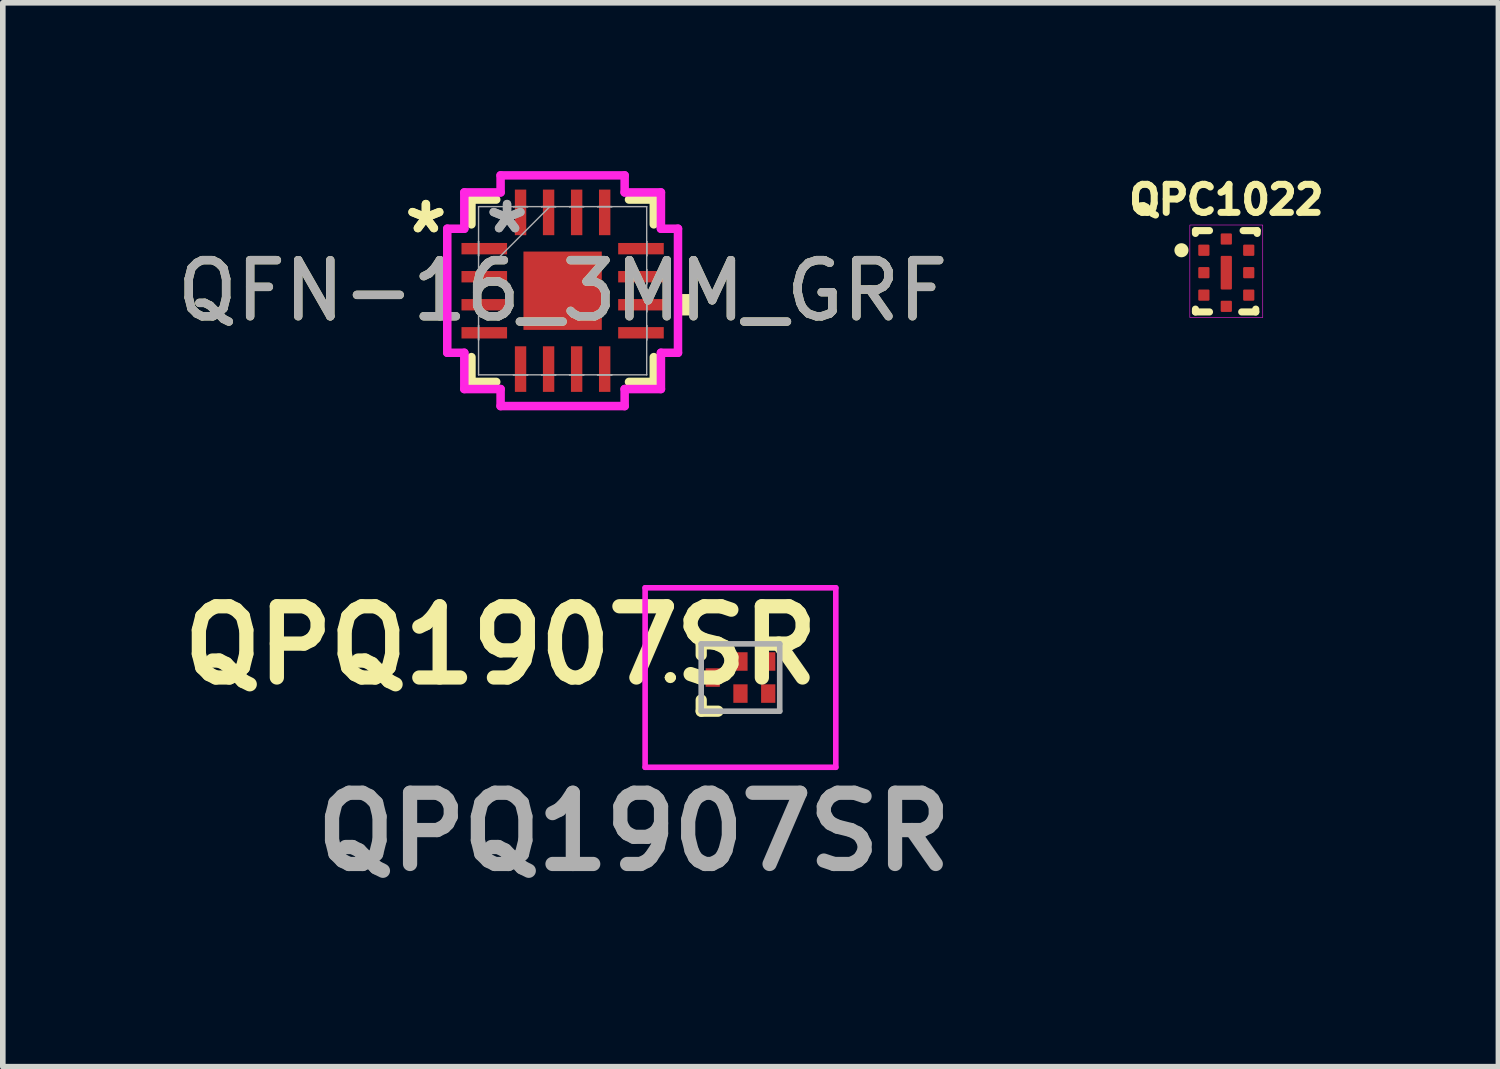
<source format=kicad_pcb>
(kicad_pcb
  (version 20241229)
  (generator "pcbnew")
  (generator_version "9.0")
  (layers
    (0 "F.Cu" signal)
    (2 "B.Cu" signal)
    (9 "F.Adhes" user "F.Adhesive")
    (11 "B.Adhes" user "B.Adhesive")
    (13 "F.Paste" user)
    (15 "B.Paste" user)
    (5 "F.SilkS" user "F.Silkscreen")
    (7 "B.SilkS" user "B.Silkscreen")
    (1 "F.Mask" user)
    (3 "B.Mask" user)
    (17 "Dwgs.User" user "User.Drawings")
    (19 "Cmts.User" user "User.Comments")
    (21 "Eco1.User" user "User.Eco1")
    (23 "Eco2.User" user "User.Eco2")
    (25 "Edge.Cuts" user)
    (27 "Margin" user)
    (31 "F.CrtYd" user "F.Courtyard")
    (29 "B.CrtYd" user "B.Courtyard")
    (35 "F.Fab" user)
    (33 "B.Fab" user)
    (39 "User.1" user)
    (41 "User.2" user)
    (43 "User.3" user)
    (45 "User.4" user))
  (footprint "QFN-16_3MM_GRF"
    (layer "F.Cu")
    (at 6.982 2.134)
    (property "Reference" "QFN-16_3MM_GRF" (at 0 0 0) (unlocked yes) (layer "F.SilkS") (effects (font (size 1 1) (thickness 0.15))))
    (attr smd)
    (fp_line (start -1.626 -1.626) (end -1.626 -1.184) (stroke (width 0.152) (type solid)) (layer "F.SilkS"))
    (fp_line (start -1.626 1.184) (end -1.626 1.626) (stroke (width 0.152) (type solid)) (layer "F.SilkS"))
    (fp_line (start -1.626 1.626) (end -1.184 1.626) (stroke (width 0.152) (type solid)) (layer "F.SilkS"))
    (fp_line (start -1.184 -1.626) (end -1.626 -1.626) (stroke (width 0.152) (type solid)) (layer "F.SilkS"))
    (fp_line (start 1.184 1.626) (end 1.626 1.626) (stroke (width 0.152) (type solid)) (layer "F.SilkS"))
    (fp_line (start 1.626 -1.626) (end 1.184 -1.626) (stroke (width 0.152) (type solid)) (layer "F.SilkS"))
    (fp_line (start 1.626 -1.184) (end 1.626 -1.626) (stroke (width 0.152) (type solid)) (layer "F.SilkS"))
    (fp_line (start 1.626 1.626) (end 1.626 1.184) (stroke (width 0.152) (type solid)) (layer "F.SilkS"))
    (fp_poly (pts (xy 2.311 0.059) (xy 2.311 0.441) (xy 2.057 0.441) (xy 2.057 0.059)) (stroke (width 0) (type solid)) (fill yes) (layer "F.SilkS"))
    (fp_line (start -2.057 -1.106) (end -1.753 -1.106) (stroke (width 0.152) (type solid)) (layer "F.CrtYd"))
    (fp_line (start -2.057 1.106) (end -2.057 -1.106) (stroke (width 0.152) (type solid)) (layer "F.CrtYd"))
    (fp_line (start -1.753 -1.753) (end -1.106 -1.753) (stroke (width 0.152) (type solid)) (layer "F.CrtYd"))
    (fp_line (start -1.753 -1.106) (end -1.753 -1.753) (stroke (width 0.152) (type solid)) (layer "F.CrtYd"))
    (fp_line (start -1.753 1.106) (end -2.057 1.106) (stroke (width 0.152) (type solid)) (layer "F.CrtYd"))
    (fp_line (start -1.753 1.753) (end -1.753 1.106) (stroke (width 0.152) (type solid)) (layer "F.CrtYd"))
    (fp_line (start -1.106 -2.057) (end 1.106 -2.057) (stroke (width 0.152) (type solid)) (layer "F.CrtYd"))
    (fp_line (start -1.106 -1.753) (end -1.106 -2.057) (stroke (width 0.152) (type solid)) (layer "F.CrtYd"))
    (fp_line (start -1.106 1.753) (end -1.753 1.753) (stroke (width 0.152) (type solid)) (layer "F.CrtYd"))
    (fp_line (start -1.106 2.057) (end -1.106 1.753) (stroke (width 0.152) (type solid)) (layer "F.CrtYd"))
    (fp_line (start 1.106 -2.057) (end 1.106 -1.753) (stroke (width 0.152) (type solid)) (layer "F.CrtYd"))
    (fp_line (start 1.106 -1.753) (end 1.753 -1.753) (stroke (width 0.152) (type solid)) (layer "F.CrtYd"))
    (fp_line (start 1.106 1.753) (end 1.106 2.057) (stroke (width 0.152) (type solid)) (layer "F.CrtYd"))
    (fp_line (start 1.106 2.057) (end -1.106 2.057) (stroke (width 0.152) (type solid)) (layer "F.CrtYd"))
    (fp_line (start 1.753 -1.753) (end 1.753 -1.106) (stroke (width 0.152) (type solid)) (layer "F.CrtYd"))
    (fp_line (start 1.753 -1.106) (end 2.057 -1.106) (stroke (width 0.152) (type solid)) (layer "F.CrtYd"))
    (fp_line (start 1.753 1.106) (end 1.753 1.753) (stroke (width 0.152) (type solid)) (layer "F.CrtYd"))
    (fp_line (start 1.753 1.753) (end 1.106 1.753) (stroke (width 0.152) (type solid)) (layer "F.CrtYd"))
    (fp_line (start 2.057 -1.106) (end 2.057 1.106) (stroke (width 0.152) (type solid)) (layer "F.CrtYd"))
    (fp_line (start 2.057 1.106) (end 1.753 1.106) (stroke (width 0.152) (type solid)) (layer "F.CrtYd"))
    (fp_line (start -1.499 -1.499) (end -1.499 -1.499) (stroke (width 0.025) (type solid)) (layer "F.Fab"))
    (fp_line (start -1.499 -1.499) (end -1.499 1.499) (stroke (width 0.025) (type solid)) (layer "F.Fab"))
    (fp_line (start -1.499 -0.877) (end -1.499 -0.877) (stroke (width 0.025) (type solid)) (layer "F.Fab"))
    (fp_line (start -1.499 -0.877) (end -1.499 -0.623) (stroke (width 0.025) (type solid)) (layer "F.Fab"))
    (fp_line (start -1.499 -0.623) (end -1.499 -0.877) (stroke (width 0.025) (type solid)) (layer "F.Fab"))
    (fp_line (start -1.499 -0.623) (end -1.499 -0.623) (stroke (width 0.025) (type solid)) (layer "F.Fab"))
    (fp_line (start -1.499 -0.377) (end -1.499 -0.377) (stroke (width 0.025) (type solid)) (layer "F.Fab"))
    (fp_line (start -1.499 -0.377) (end -1.499 -0.123) (stroke (width 0.025) (type solid)) (layer "F.Fab"))
    (fp_line (start -1.499 -0.229) (end -0.229 -1.499) (stroke (width 0.025) (type solid)) (layer "F.Fab"))
    (fp_line (start -1.499 -0.123) (end -1.499 -0.377) (stroke (width 0.025) (type solid)) (layer "F.Fab"))
    (fp_line (start -1.499 -0.123) (end -1.499 -0.123) (stroke (width 0.025) (type solid)) (layer "F.Fab"))
    (fp_line (start -1.499 0.123) (end -1.499 0.123) (stroke (width 0.025) (type solid)) (layer "F.Fab"))
    (fp_line (start -1.499 0.123) (end -1.499 0.377) (stroke (width 0.025) (type solid)) (layer "F.Fab"))
    (fp_line (start -1.499 0.377) (end -1.499 0.123) (stroke (width 0.025) (type solid)) (layer "F.Fab"))
    (fp_line (start -1.499 0.377) (end -1.499 0.377) (stroke (width 0.025) (type solid)) (layer "F.Fab"))
    (fp_line (start -1.499 0.623) (end -1.499 0.623) (stroke (width 0.025) (type solid)) (layer "F.Fab"))
    (fp_line (start -1.499 0.623) (end -1.499 0.877) (stroke (width 0.025) (type solid)) (layer "F.Fab"))
    (fp_line (start -1.499 0.877) (end -1.499 0.623) (stroke (width 0.025) (type solid)) (layer "F.Fab"))
    (fp_line (start -1.499 0.877) (end -1.499 0.877) (stroke (width 0.025) (type solid)) (layer "F.Fab"))
    (fp_line (start -1.499 1.499) (end -1.499 1.499) (stroke (width 0.025) (type solid)) (layer "F.Fab"))
    (fp_line (start -1.499 1.499) (end 1.499 1.499) (stroke (width 0.025) (type solid)) (layer "F.Fab"))
    (fp_line (start -0.877 -1.499) (end -0.877 -1.499) (stroke (width 0.025) (type solid)) (layer "F.Fab"))
    (fp_line (start -0.877 -1.499) (end -0.623 -1.499) (stroke (width 0.025) (type solid)) (layer "F.Fab"))
    (fp_line (start -0.877 1.499) (end -0.877 1.499) (stroke (width 0.025) (type solid)) (layer "F.Fab"))
    (fp_line (start -0.877 1.499) (end -0.623 1.499) (stroke (width 0.025) (type solid)) (layer "F.Fab"))
    (fp_line (start -0.623 -1.499) (end -0.877 -1.499) (stroke (width 0.025) (type solid)) (layer "F.Fab"))
    (fp_line (start -0.623 -1.499) (end -0.623 -1.499) (stroke (width 0.025) (type solid)) (layer "F.Fab"))
    (fp_line (start -0.623 1.499) (end -0.877 1.499) (stroke (width 0.025) (type solid)) (layer "F.Fab"))
    (fp_line (start -0.623 1.499) (end -0.623 1.499) (stroke (width 0.025) (type solid)) (layer "F.Fab"))
    (fp_line (start -0.377 -1.499) (end -0.377 -1.499) (stroke (width 0.025) (type solid)) (layer "F.Fab"))
    (fp_line (start -0.377 -1.499) (end -0.123 -1.499) (stroke (width 0.025) (type solid)) (layer "F.Fab"))
    (fp_line (start -0.377 1.499) (end -0.377 1.499) (stroke (width 0.025) (type solid)) (layer "F.Fab"))
    (fp_line (start -0.377 1.499) (end -0.123 1.499) (stroke (width 0.025) (type solid)) (layer "F.Fab"))
    (fp_line (start -0.123 -1.499) (end -0.377 -1.499) (stroke (width 0.025) (type solid)) (layer "F.Fab"))
    (fp_line (start -0.123 -1.499) (end -0.123 -1.499) (stroke (width 0.025) (type solid)) (layer "F.Fab"))
    (fp_line (start -0.123 1.499) (end -0.377 1.499) (stroke (width 0.025) (type solid)) (layer "F.Fab"))
    (fp_line (start -0.123 1.499) (end -0.123 1.499) (stroke (width 0.025) (type solid)) (layer "F.Fab"))
    (fp_line (start 0.123 -1.499) (end 0.123 -1.499) (stroke (width 0.025) (type solid)) (layer "F.Fab"))
    (fp_line (start 0.123 -1.499) (end 0.377 -1.499) (stroke (width 0.025) (type solid)) (layer "F.Fab"))
    (fp_line (start 0.123 1.499) (end 0.123 1.499) (stroke (width 0.025) (type solid)) (layer "F.Fab"))
    (fp_line (start 0.123 1.499) (end 0.377 1.499) (stroke (width 0.025) (type solid)) (layer "F.Fab"))
    (fp_line (start 0.377 -1.499) (end 0.123 -1.499) (stroke (width 0.025) (type solid)) (layer "F.Fab"))
    (fp_line (start 0.377 -1.499) (end 0.377 -1.499) (stroke (width 0.025) (type solid)) (layer "F.Fab"))
    (fp_line (start 0.377 1.499) (end 0.123 1.499) (stroke (width 0.025) (type solid)) (layer "F.Fab"))
    (fp_line (start 0.377 1.499) (end 0.377 1.499) (stroke (width 0.025) (type solid)) (layer "F.Fab"))
    (fp_line (start 0.623 -1.499) (end 0.623 -1.499) (stroke (width 0.025) (type solid)) (layer "F.Fab"))
    (fp_line (start 0.623 -1.499) (end 0.877 -1.499) (stroke (width 0.025) (type solid)) (layer "F.Fab"))
    (fp_line (start 0.623 1.499) (end 0.623 1.499) (stroke (width 0.025) (type solid)) (layer "F.Fab"))
    (fp_line (start 0.623 1.499) (end 0.877 1.499) (stroke (width 0.025) (type solid)) (layer "F.Fab"))
    (fp_line (start 0.877 -1.499) (end 0.623 -1.499) (stroke (width 0.025) (type solid)) (layer "F.Fab"))
    (fp_line (start 0.877 -1.499) (end 0.877 -1.499) (stroke (width 0.025) (type solid)) (layer "F.Fab"))
    (fp_line (start 0.877 1.499) (end 0.623 1.499) (stroke (width 0.025) (type solid)) (layer "F.Fab"))
    (fp_line (start 0.877 1.499) (end 0.877 1.499) (stroke (width 0.025) (type solid)) (layer "F.Fab"))
    (fp_line (start 1.499 -1.499) (end -1.499 -1.499) (stroke (width 0.025) (type solid)) (layer "F.Fab"))
    (fp_line (start 1.499 -1.499) (end 1.499 -1.499) (stroke (width 0.025) (type solid)) (layer "F.Fab"))
    (fp_line (start 1.499 -0.877) (end 1.499 -0.877) (stroke (width 0.025) (type solid)) (layer "F.Fab"))
    (fp_line (start 1.499 -0.877) (end 1.499 -0.623) (stroke (width 0.025) (type solid)) (layer "F.Fab"))
    (fp_line (start 1.499 -0.623) (end 1.499 -0.877) (stroke (width 0.025) (type solid)) (layer "F.Fab"))
    (fp_line (start 1.499 -0.623) (end 1.499 -0.623) (stroke (width 0.025) (type solid)) (layer "F.Fab"))
    (fp_line (start 1.499 -0.377) (end 1.499 -0.377) (stroke (width 0.025) (type solid)) (layer "F.Fab"))
    (fp_line (start 1.499 -0.377) (end 1.499 -0.123) (stroke (width 0.025) (type solid)) (layer "F.Fab"))
    (fp_line (start 1.499 -0.123) (end 1.499 -0.377) (stroke (width 0.025) (type solid)) (layer "F.Fab"))
    (fp_line (start 1.499 -0.123) (end 1.499 -0.123) (stroke (width 0.025) (type solid)) (layer "F.Fab"))
    (fp_line (start 1.499 0.123) (end 1.499 0.123) (stroke (width 0.025) (type solid)) (layer "F.Fab"))
    (fp_line (start 1.499 0.123) (end 1.499 0.377) (stroke (width 0.025) (type solid)) (layer "F.Fab"))
    (fp_line (start 1.499 0.377) (end 1.499 0.123) (stroke (width 0.025) (type solid)) (layer "F.Fab"))
    (fp_line (start 1.499 0.377) (end 1.499 0.377) (stroke (width 0.025) (type solid)) (layer "F.Fab"))
    (fp_line (start 1.499 0.623) (end 1.499 0.623) (stroke (width 0.025) (type solid)) (layer "F.Fab"))
    (fp_line (start 1.499 0.623) (end 1.499 0.877) (stroke (width 0.025) (type solid)) (layer "F.Fab"))
    (fp_line (start 1.499 0.877) (end 1.499 0.623) (stroke (width 0.025) (type solid)) (layer "F.Fab"))
    (fp_line (start 1.499 0.877) (end 1.499 0.877) (stroke (width 0.025) (type solid)) (layer "F.Fab"))
    (fp_line (start 1.499 1.499) (end 1.499 -1.499) (stroke (width 0.025) (type solid)) (layer "F.Fab"))
    (fp_line (start 1.499 1.499) (end 1.499 1.499) (stroke (width 0.025) (type solid)) (layer "F.Fab"))
    (fp_text user "*" (at -2.438 -1 0) (unlocked yes) (layer "F.SilkS") (effects (font (size 1 1) (thickness 0.15))))
    (fp_text user "*" (at -2.438 -1 0) (layer "F.SilkS") (effects (font (size 1 1) (thickness 0.15))))
    (fp_text user "${REFERENCE}" (at 0 0 0) (unlocked yes) (layer "F.Fab") (effects (font (size 1 1) (thickness 0.15))))
    (fp_text user "*" (at -0.991 -1 0) (layer "F.Fab") (effects (font (size 1 1) (thickness 0.15))))
    (fp_text user "*" (at -0.991 -1 0) (unlocked yes) (layer "F.Fab") (effects (font (size 1 1) (thickness 0.15))))
    (pad "1" smd rect (at -1.397 -0.75 90) (size 0.203 0.813) (layers "F.Cu" "F.Mask" "F.Paste"))
    (pad "2" smd rect (at -1.397 -0.25 90) (size 0.203 0.813) (layers "F.Cu" "F.Mask" "F.Paste"))
    (pad "3" smd rect (at -1.397 0.25 90) (size 0.203 0.813) (layers "F.Cu" "F.Mask" "F.Paste"))
    (pad "4" smd rect (at -1.397 0.75 90) (size 0.203 0.813) (layers "F.Cu" "F.Mask" "F.Paste"))
    (pad "5" smd rect (at -0.75 1.397) (size 0.203 0.813) (layers "F.Cu" "F.Mask" "F.Paste"))
    (pad "6" smd rect (at -0.25 1.397) (size 0.203 0.813) (layers "F.Cu" "F.Mask" "F.Paste"))
    (pad "7" smd rect (at 0.25 1.397) (size 0.203 0.813) (layers "F.Cu" "F.Mask" "F.Paste"))
    (pad "8" smd rect (at 0.75 1.397) (size 0.203 0.813) (layers "F.Cu" "F.Mask" "F.Paste"))
    (pad "9" smd rect (at 1.397 0.75 90) (size 0.203 0.813) (layers "F.Cu" "F.Mask" "F.Paste"))
    (pad "10" smd rect (at 1.397 0.25 90) (size 0.203 0.813) (layers "F.Cu" "F.Mask" "F.Paste"))
    (pad "11" smd rect (at 1.397 -0.25 90) (size 0.203 0.813) (layers "F.Cu" "F.Mask" "F.Paste"))
    (pad "12" smd rect (at 1.397 -0.75 90) (size 0.203 0.813) (layers "F.Cu" "F.Mask" "F.Paste"))
    (pad "13" smd rect (at 0.75 -1.397) (size 0.203 0.813) (layers "F.Cu" "F.Mask" "F.Paste"))
    (pad "14" smd rect (at 0.25 -1.397) (size 0.203 0.813) (layers "F.Cu" "F.Mask" "F.Paste"))
    (pad "15" smd rect (at -0.25 -1.397) (size 0.203 0.813) (layers "F.Cu" "F.Mask" "F.Paste"))
    (pad "16" smd rect (at -0.75 -1.397) (size 0.203 0.813) (layers "F.Cu" "F.Mask" "F.Paste"))
    (pad "17" smd rect (at 0 0) (size 1.397 1.397) (layers "F.Cu" "F.Mask" "F.Paste")))
  (footprint "QPQ1907SR"
    (layer "F.Cu")
    (at 10.153 9.031)
    (property "Reference" "QPQ1907SR" (at -4.275 -0.575 0) (layer "F.SilkS") (effects (font (size 1.27 1.27) (thickness 0.254))))
    (attr smd)
    (fp_line (start -1.3 0) (end -1.3 0) (stroke (width 0.1) (type solid)) (layer "F.SilkS"))
    (fp_line (start -1.2 0) (end -1.2 0) (stroke (width 0.1) (type solid)) (layer "F.SilkS"))
    (fp_line (start -0.7 -0.6) (end -0.4 -0.6) (stroke (width 0.2) (type solid)) (layer "F.SilkS"))
    (fp_line (start -0.7 -0.4) (end -0.7 -0.6) (stroke (width 0.2) (type solid)) (layer "F.SilkS"))
    (fp_line (start -0.7 0.4) (end -0.7 0.6) (stroke (width 0.2) (type solid)) (layer "F.SilkS"))
    (fp_line (start -0.7 0.6) (end -0.4 0.6) (stroke (width 0.2) (type solid)) (layer "F.SilkS"))
    (fp_arc (start -1.3 0) (mid -1.25 -0.05) (end -1.2 0) (stroke (width 0.1) (type solid)) (layer "F.SilkS"))
    (fp_arc (start -1.2 0) (mid -1.25 0.05) (end -1.3 0) (stroke (width 0.1) (type solid)) (layer "F.SilkS"))
    (fp_line (start -1.7 -1.6) (end 1.7 -1.6) (stroke (width 0.1) (type solid)) (layer "F.CrtYd"))
    (fp_line (start -1.7 1.6) (end -1.7 -1.6) (stroke (width 0.1) (type solid)) (layer "F.CrtYd"))
    (fp_line (start 1.7 -1.6) (end 1.7 1.6) (stroke (width 0.1) (type solid)) (layer "F.CrtYd"))
    (fp_line (start 1.7 1.6) (end -1.7 1.6) (stroke (width 0.1) (type solid)) (layer "F.CrtYd"))
    (fp_line (start -0.7 -0.6) (end -0.7 0.6) (stroke (width 0.1) (type solid)) (layer "F.Fab"))
    (fp_line (start -0.7 0.6) (end 0.7 0.6) (stroke (width 0.1) (type solid)) (layer "F.Fab"))
    (fp_line (start 0.7 -0.6) (end -0.7 -0.6) (stroke (width 0.1) (type solid)) (layer "F.Fab"))
    (fp_line (start 0.7 0.6) (end 0.7 -0.6) (stroke (width 0.1) (type solid)) (layer "F.Fab"))
    (fp_text user "${REFERENCE}" (at -1.9 2.75 0) (layer "F.Fab") (effects (font (size 1.27 1.27) (thickness 0.254))))
    (pad "1" smd rect (at -0.495 0) (size 0.254 0.33) (layers "F.Cu" "F.Mask" "F.Paste"))
    (pad "2" smd rect (at 0 0.286) (size 0.254 0.33) (layers "F.Cu" "F.Mask" "F.Paste"))
    (pad "3" smd rect (at 0.495 0.286) (size 0.254 0.33) (layers "F.Cu" "F.Mask" "F.Paste"))
    (pad "4" smd rect (at 0.495 -0.286) (size 0.254 0.33) (layers "F.Cu" "F.Mask" "F.Paste"))
    (pad "5" smd rect (at 0 -0.286) (size 0.254 0.33) (layers "F.Cu" "F.Mask" "F.Paste")))
  (footprint "QPC1022"
    (layer "F.Cu")
    (at 18.816 1.812)
    (property "Reference" "QPC1022" (at 0 -1.3 0) (layer "F.SilkS") (effects (font (size 0.5 0.5) (thickness 0.125) (bold yes))))
    (fp_line (start -0.55 -0.7) (end -0.55 -0.75) (stroke (width 0.127) (type default)) (layer "F.SilkS"))
    (fp_line (start -0.55 0.65) (end -0.55 0.7) (stroke (width 0.127) (type default)) (layer "F.SilkS"))
    (fp_line (start -0.3 -0.75) (end -0.55 -0.75) (stroke (width 0.127) (type default)) (layer "F.SilkS"))
    (fp_line (start -0.3 0.7) (end -0.55 0.7) (stroke (width 0.127) (type default)) (layer "F.SilkS"))
    (fp_line (start 0.275 0.7) (end 0.525 0.7) (stroke (width 0.127) (type default)) (layer "F.SilkS"))
    (fp_line (start 0.3 -0.75) (end 0.55 -0.75) (stroke (width 0.127) (type default)) (layer "F.SilkS"))
    (fp_line (start 0.525 0.65) (end 0.525 0.7) (stroke (width 0.127) (type default)) (layer "F.SilkS"))
    (fp_line (start 0.55 -0.7) (end 0.55 -0.75) (stroke (width 0.127) (type default)) (layer "F.SilkS"))
    (fp_circle (center -0.8 -0.4) (end -0.738 -0.4) (stroke (width 0.127) (type solid)) (fill yes) (layer "F.SilkS"))
    (fp_rect (start -0.65 -0.85) (end 0.65 0.8) (stroke (width 0.01) (type default)) (fill no) (layer "F.CrtYd"))
    (pad "1" smd roundrect (at -0.4 -0.4 90) (size 0.2 0.2) (layers "F.Cu" "F.Mask" "F.Paste") (roundrect_rratio 0.1))
    (pad "2" smd roundrect (at -0.4 0 90) (size 0.2 0.2) (layers "F.Cu" "F.Mask" "F.Paste") (roundrect_rratio 0.1))
    (pad "3" smd roundrect (at -0.4 0.4 90) (size 0.2 0.2) (layers "F.Cu" "F.Mask" "F.Paste") (roundrect_rratio 0.1))
    (pad "4" smd roundrect (at 0 0.6 90) (size 0.2 0.2) (layers "F.Cu" "F.Mask" "F.Paste") (roundrect_rratio 0.1))
    (pad "5" smd roundrect (at 0.4 0.4 90) (size 0.2 0.2) (layers "F.Cu" "F.Mask" "F.Paste") (roundrect_rratio 0.1))
    (pad "6" smd roundrect (at 0.4 0 90) (size 0.2 0.2) (layers "F.Cu" "F.Mask" "F.Paste") (roundrect_rratio 0.1))
    (pad "7" smd roundrect (at 0.4 -0.4 90) (size 0.2 0.2) (layers "F.Cu" "F.Mask" "F.Paste") (roundrect_rratio 0.1))
    (pad "8" smd roundrect (at 0 -0.6 90) (size 0.2 0.2) (layers "F.Cu" "F.Mask" "F.Paste") (roundrect_rratio 0.1))
    (pad "9" smd roundrect (at 0 0 90) (size 0.6 0.2) (layers "F.Cu" "F.Mask" "F.Paste") (roundrect_rratio 0.1)))
  (gr_rect
    (start -3 -3)
    (end 23.668 15.97)
    (stroke (width 0.1) (type default))
    (fill no)
    (layer "Edge.Cuts")))
</source>
